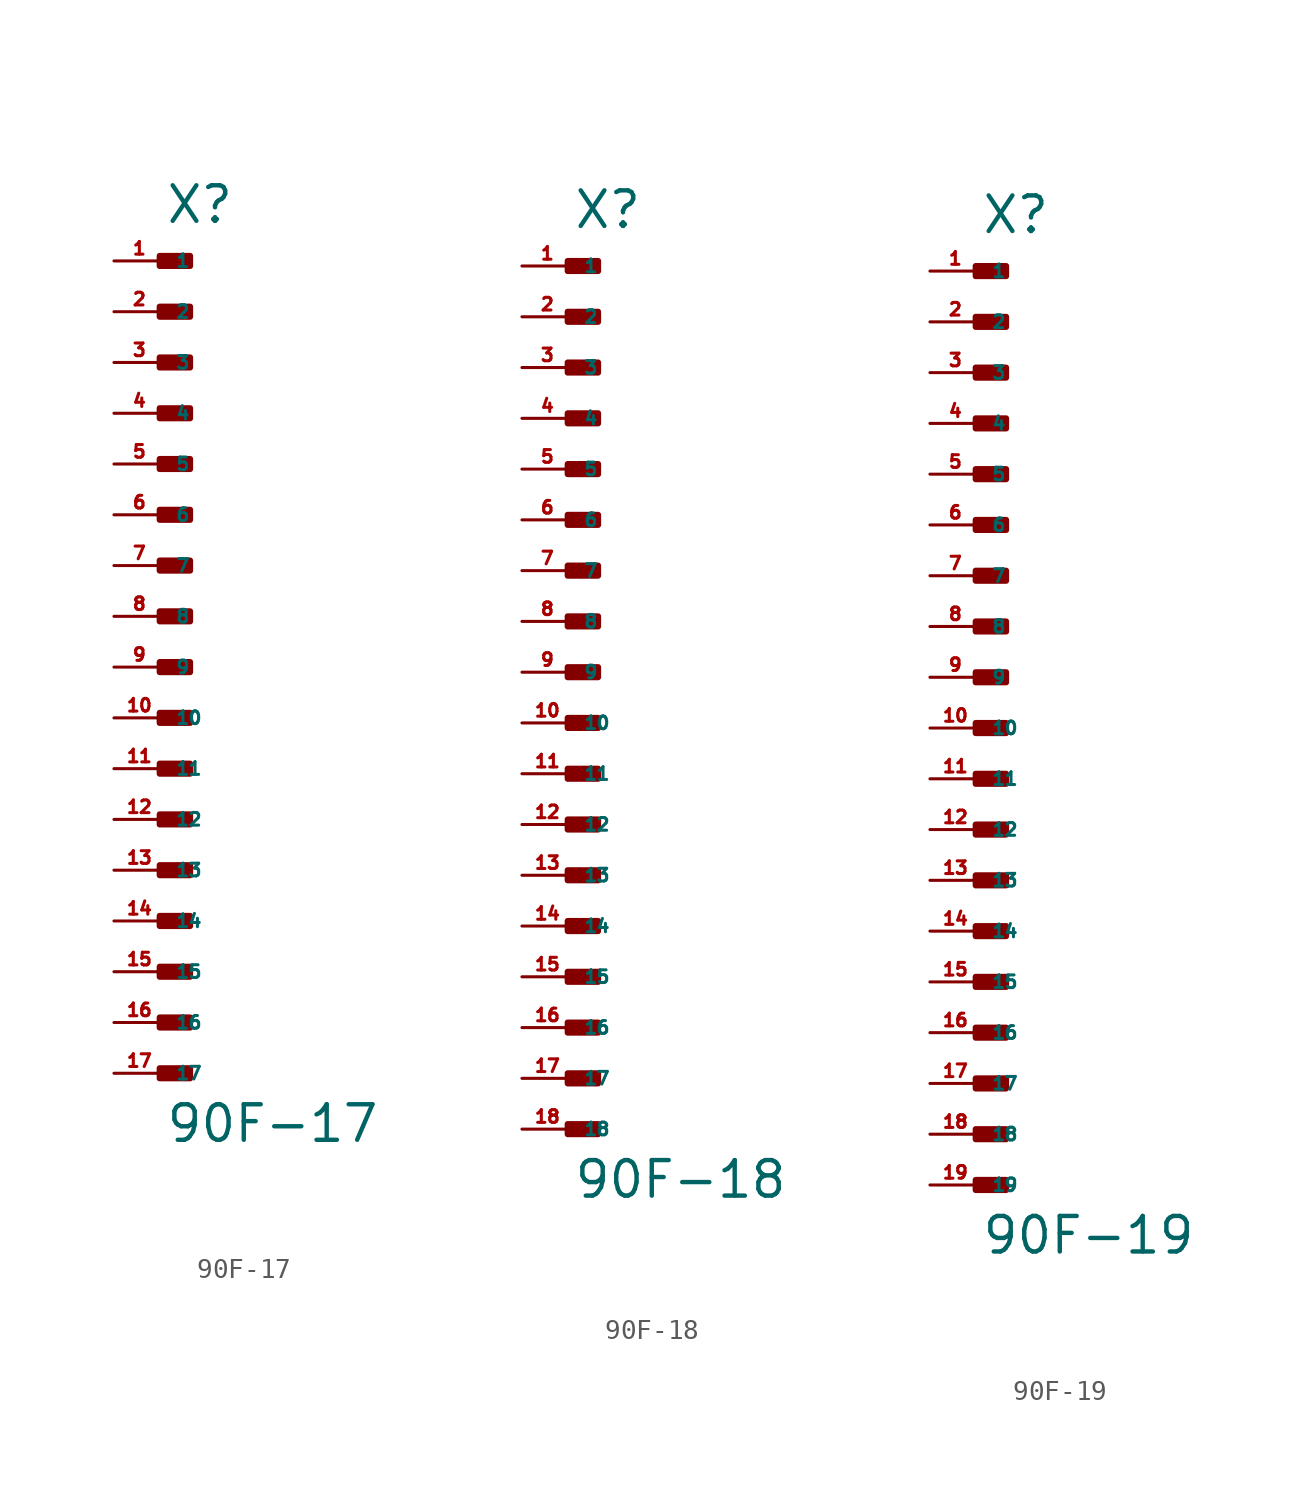
<source format=kicad_sym>
(kicad_symbol_lib
  (version 20220914)
  (generator Eagle2Kicad)
  (symbol "90F-17"
    (property "Reference" "X"
      (at 0 22.098 0)
      (effects (font (size 1.778 1.778) (thickness 0.22)) (justify left bottom)))
    (property "Value" "90F-17"
      (at 0 -23.876 0)
      (effects (font (size 1.778 1.778) (thickness 0.22)) (justify left bottom)))
    (rectangle
      (start -0.254 20.066)
      (end 1.27 20.574)
      (stroke (width 0.3) (type default))
      (fill (type outline)))
    (rectangle
      (start -0.254 17.526)
      (end 1.27 18.034)
      (stroke (width 0.3) (type default))
      (fill (type outline)))
    (rectangle
      (start -0.254 14.986)
      (end 1.27 15.494)
      (stroke (width 0.3) (type default))
      (fill (type outline)))
    (rectangle
      (start -0.254 12.446)
      (end 1.27 12.954)
      (stroke (width 0.3) (type default))
      (fill (type outline)))
    (rectangle
      (start -0.254 9.906)
      (end 1.27 10.414)
      (stroke (width 0.3) (type default))
      (fill (type outline)))
    (rectangle
      (start -0.254 7.366)
      (end 1.27 7.874)
      (stroke (width 0.3) (type default))
      (fill (type outline)))
    (rectangle
      (start -0.254 4.826)
      (end 1.27 5.334)
      (stroke (width 0.3) (type default))
      (fill (type outline)))
    (rectangle
      (start -0.254 2.286)
      (end 1.27 2.794)
      (stroke (width 0.3) (type default))
      (fill (type outline)))
    (rectangle
      (start -0.254 -0.254)
      (end 1.27 0.254)
      (stroke (width 0.3) (type default))
      (fill (type outline)))
    (rectangle
      (start -0.254 -2.794)
      (end 1.27 -2.286)
      (stroke (width 0.3) (type default))
      (fill (type outline)))
    (rectangle
      (start -0.254 -5.334)
      (end 1.27 -4.826)
      (stroke (width 0.3) (type default))
      (fill (type outline)))
    (rectangle
      (start -0.254 -7.874)
      (end 1.27 -7.366)
      (stroke (width 0.3) (type default))
      (fill (type outline)))
    (rectangle
      (start -0.254 -10.414)
      (end 1.27 -9.906)
      (stroke (width 0.3) (type default))
      (fill (type outline)))
    (rectangle
      (start -0.254 -12.954)
      (end 1.27 -12.446)
      (stroke (width 0.3) (type default))
      (fill (type outline)))
    (rectangle
      (start -0.254 -15.494)
      (end 1.27 -14.986)
      (stroke (width 0.3) (type default))
      (fill (type outline)))
    (rectangle
      (start -0.254 -18.034)
      (end 1.27 -17.526)
      (stroke (width 0.3) (type default))
      (fill (type outline)))
    (rectangle
      (start -0.254 -20.574)
      (end 1.27 -20.066)
      (stroke (width 0.3) (type default))
      (fill (type outline)))
    (pin passive line
      (at -2.54 20.32 0)
      (length 2.54)
      (name "1" (effects (font (size 0.635 0.635) (thickness 0.08)) (justify left bottom)))
      (number "1" (effects (font (size 0.635 0.635) (thickness 0.08)) (justify left bottom))))
    (pin passive line
      (at -2.54 17.78 0)
      (length 2.54)
      (name "2" (effects (font (size 0.635 0.635) (thickness 0.08)) (justify left bottom)))
      (number "2" (effects (font (size 0.635 0.635) (thickness 0.08)) (justify left bottom))))
    (pin passive line
      (at -2.54 15.24 0)
      (length 2.54)
      (name "3" (effects (font (size 0.635 0.635) (thickness 0.08)) (justify left bottom)))
      (number "3" (effects (font (size 0.635 0.635) (thickness 0.08)) (justify left bottom))))
    (pin passive line
      (at -2.54 12.7 0)
      (length 2.54)
      (name "4" (effects (font (size 0.635 0.635) (thickness 0.08)) (justify left bottom)))
      (number "4" (effects (font (size 0.635 0.635) (thickness 0.08)) (justify left bottom))))
    (pin passive line
      (at -2.54 10.16 0)
      (length 2.54)
      (name "5" (effects (font (size 0.635 0.635) (thickness 0.08)) (justify left bottom)))
      (number "5" (effects (font (size 0.635 0.635) (thickness 0.08)) (justify left bottom))))
    (pin passive line
      (at -2.54 7.62 0)
      (length 2.54)
      (name "6" (effects (font (size 0.635 0.635) (thickness 0.08)) (justify left bottom)))
      (number "6" (effects (font (size 0.635 0.635) (thickness 0.08)) (justify left bottom))))
    (pin passive line
      (at -2.54 5.08 0)
      (length 2.54)
      (name "7" (effects (font (size 0.635 0.635) (thickness 0.08)) (justify left bottom)))
      (number "7" (effects (font (size 0.635 0.635) (thickness 0.08)) (justify left bottom))))
    (pin passive line
      (at -2.54 2.54 0)
      (length 2.54)
      (name "8" (effects (font (size 0.635 0.635) (thickness 0.08)) (justify left bottom)))
      (number "8" (effects (font (size 0.635 0.635) (thickness 0.08)) (justify left bottom))))
    (pin passive line
      (at -2.54 0 0)
      (length 2.54)
      (name "9" (effects (font (size 0.635 0.635) (thickness 0.08)) (justify left bottom)))
      (number "9" (effects (font (size 0.635 0.635) (thickness 0.08)) (justify left bottom))))
    (pin passive line
      (at -2.54 -2.54 0)
      (length 2.54)
      (name "10" (effects (font (size 0.635 0.635) (thickness 0.08)) (justify left bottom)))
      (number "10" (effects (font (size 0.635 0.635) (thickness 0.08)) (justify left bottom))))
    (pin passive line
      (at -2.54 -5.08 0)
      (length 2.54)
      (name "11" (effects (font (size 0.635 0.635) (thickness 0.08)) (justify left bottom)))
      (number "11" (effects (font (size 0.635 0.635) (thickness 0.08)) (justify left bottom))))
    (pin passive line
      (at -2.54 -7.62 0)
      (length 2.54)
      (name "12" (effects (font (size 0.635 0.635) (thickness 0.08)) (justify left bottom)))
      (number "12" (effects (font (size 0.635 0.635) (thickness 0.08)) (justify left bottom))))
    (pin passive line
      (at -2.54 -10.16 0)
      (length 2.54)
      (name "13" (effects (font (size 0.635 0.635) (thickness 0.08)) (justify left bottom)))
      (number "13" (effects (font (size 0.635 0.635) (thickness 0.08)) (justify left bottom))))
    (pin passive line
      (at -2.54 -12.7 0)
      (length 2.54)
      (name "14" (effects (font (size 0.635 0.635) (thickness 0.08)) (justify left bottom)))
      (number "14" (effects (font (size 0.635 0.635) (thickness 0.08)) (justify left bottom))))
    (pin passive line
      (at -2.54 -15.24 0)
      (length 2.54)
      (name "15" (effects (font (size 0.635 0.635) (thickness 0.08)) (justify left bottom)))
      (number "15" (effects (font (size 0.635 0.635) (thickness 0.08)) (justify left bottom))))
    (pin passive line
      (at -2.54 -17.78 0)
      (length 2.54)
      (name "16" (effects (font (size 0.635 0.635) (thickness 0.08)) (justify left bottom)))
      (number "16" (effects (font (size 0.635 0.635) (thickness 0.08)) (justify left bottom))))
    (pin passive line
      (at -2.54 -20.32 0)
      (length 2.54)
      (name "17" (effects (font (size 0.635 0.635) (thickness 0.08)) (justify left bottom)))
      (number "17" (effects (font (size 0.635 0.635) (thickness 0.08)) (justify left bottom)))))
  (symbol "90F-18"
    (property "Reference" "X"
      (at 0 22.098 0)
      (effects (font (size 1.778 1.778) (thickness 0.22)) (justify left bottom)))
    (property "Value" "90F-18"
      (at 0 -26.416 0)
      (effects (font (size 1.778 1.778) (thickness 0.22)) (justify left bottom)))
    (rectangle
      (start -0.254 20.066)
      (end 1.27 20.574)
      (stroke (width 0.3) (type default))
      (fill (type outline)))
    (rectangle
      (start -0.254 17.526)
      (end 1.27 18.034)
      (stroke (width 0.3) (type default))
      (fill (type outline)))
    (rectangle
      (start -0.254 14.986)
      (end 1.27 15.494)
      (stroke (width 0.3) (type default))
      (fill (type outline)))
    (rectangle
      (start -0.254 12.446)
      (end 1.27 12.954)
      (stroke (width 0.3) (type default))
      (fill (type outline)))
    (rectangle
      (start -0.254 9.906)
      (end 1.27 10.414)
      (stroke (width 0.3) (type default))
      (fill (type outline)))
    (rectangle
      (start -0.254 7.366)
      (end 1.27 7.874)
      (stroke (width 0.3) (type default))
      (fill (type outline)))
    (rectangle
      (start -0.254 4.826)
      (end 1.27 5.334)
      (stroke (width 0.3) (type default))
      (fill (type outline)))
    (rectangle
      (start -0.254 2.286)
      (end 1.27 2.794)
      (stroke (width 0.3) (type default))
      (fill (type outline)))
    (rectangle
      (start -0.254 -0.254)
      (end 1.27 0.254)
      (stroke (width 0.3) (type default))
      (fill (type outline)))
    (rectangle
      (start -0.254 -2.794)
      (end 1.27 -2.286)
      (stroke (width 0.3) (type default))
      (fill (type outline)))
    (rectangle
      (start -0.254 -5.334)
      (end 1.27 -4.826)
      (stroke (width 0.3) (type default))
      (fill (type outline)))
    (rectangle
      (start -0.254 -7.874)
      (end 1.27 -7.366)
      (stroke (width 0.3) (type default))
      (fill (type outline)))
    (rectangle
      (start -0.254 -10.414)
      (end 1.27 -9.906)
      (stroke (width 0.3) (type default))
      (fill (type outline)))
    (rectangle
      (start -0.254 -12.954)
      (end 1.27 -12.446)
      (stroke (width 0.3) (type default))
      (fill (type outline)))
    (rectangle
      (start -0.254 -15.494)
      (end 1.27 -14.986)
      (stroke (width 0.3) (type default))
      (fill (type outline)))
    (rectangle
      (start -0.254 -18.034)
      (end 1.27 -17.526)
      (stroke (width 0.3) (type default))
      (fill (type outline)))
    (rectangle
      (start -0.254 -20.574)
      (end 1.27 -20.066)
      (stroke (width 0.3) (type default))
      (fill (type outline)))
    (rectangle
      (start -0.254 -23.114)
      (end 1.27 -22.606)
      (stroke (width 0.3) (type default))
      (fill (type outline)))
    (pin passive line
      (at -2.54 20.32 0)
      (length 2.54)
      (name "1" (effects (font (size 0.635 0.635) (thickness 0.08)) (justify left bottom)))
      (number "1" (effects (font (size 0.635 0.635) (thickness 0.08)) (justify left bottom))))
    (pin passive line
      (at -2.54 17.78 0)
      (length 2.54)
      (name "2" (effects (font (size 0.635 0.635) (thickness 0.08)) (justify left bottom)))
      (number "2" (effects (font (size 0.635 0.635) (thickness 0.08)) (justify left bottom))))
    (pin passive line
      (at -2.54 15.24 0)
      (length 2.54)
      (name "3" (effects (font (size 0.635 0.635) (thickness 0.08)) (justify left bottom)))
      (number "3" (effects (font (size 0.635 0.635) (thickness 0.08)) (justify left bottom))))
    (pin passive line
      (at -2.54 12.7 0)
      (length 2.54)
      (name "4" (effects (font (size 0.635 0.635) (thickness 0.08)) (justify left bottom)))
      (number "4" (effects (font (size 0.635 0.635) (thickness 0.08)) (justify left bottom))))
    (pin passive line
      (at -2.54 10.16 0)
      (length 2.54)
      (name "5" (effects (font (size 0.635 0.635) (thickness 0.08)) (justify left bottom)))
      (number "5" (effects (font (size 0.635 0.635) (thickness 0.08)) (justify left bottom))))
    (pin passive line
      (at -2.54 7.62 0)
      (length 2.54)
      (name "6" (effects (font (size 0.635 0.635) (thickness 0.08)) (justify left bottom)))
      (number "6" (effects (font (size 0.635 0.635) (thickness 0.08)) (justify left bottom))))
    (pin passive line
      (at -2.54 5.08 0)
      (length 2.54)
      (name "7" (effects (font (size 0.635 0.635) (thickness 0.08)) (justify left bottom)))
      (number "7" (effects (font (size 0.635 0.635) (thickness 0.08)) (justify left bottom))))
    (pin passive line
      (at -2.54 2.54 0)
      (length 2.54)
      (name "8" (effects (font (size 0.635 0.635) (thickness 0.08)) (justify left bottom)))
      (number "8" (effects (font (size 0.635 0.635) (thickness 0.08)) (justify left bottom))))
    (pin passive line
      (at -2.54 0 0)
      (length 2.54)
      (name "9" (effects (font (size 0.635 0.635) (thickness 0.08)) (justify left bottom)))
      (number "9" (effects (font (size 0.635 0.635) (thickness 0.08)) (justify left bottom))))
    (pin passive line
      (at -2.54 -2.54 0)
      (length 2.54)
      (name "10" (effects (font (size 0.635 0.635) (thickness 0.08)) (justify left bottom)))
      (number "10" (effects (font (size 0.635 0.635) (thickness 0.08)) (justify left bottom))))
    (pin passive line
      (at -2.54 -5.08 0)
      (length 2.54)
      (name "11" (effects (font (size 0.635 0.635) (thickness 0.08)) (justify left bottom)))
      (number "11" (effects (font (size 0.635 0.635) (thickness 0.08)) (justify left bottom))))
    (pin passive line
      (at -2.54 -7.62 0)
      (length 2.54)
      (name "12" (effects (font (size 0.635 0.635) (thickness 0.08)) (justify left bottom)))
      (number "12" (effects (font (size 0.635 0.635) (thickness 0.08)) (justify left bottom))))
    (pin passive line
      (at -2.54 -10.16 0)
      (length 2.54)
      (name "13" (effects (font (size 0.635 0.635) (thickness 0.08)) (justify left bottom)))
      (number "13" (effects (font (size 0.635 0.635) (thickness 0.08)) (justify left bottom))))
    (pin passive line
      (at -2.54 -12.7 0)
      (length 2.54)
      (name "14" (effects (font (size 0.635 0.635) (thickness 0.08)) (justify left bottom)))
      (number "14" (effects (font (size 0.635 0.635) (thickness 0.08)) (justify left bottom))))
    (pin passive line
      (at -2.54 -15.24 0)
      (length 2.54)
      (name "15" (effects (font (size 0.635 0.635) (thickness 0.08)) (justify left bottom)))
      (number "15" (effects (font (size 0.635 0.635) (thickness 0.08)) (justify left bottom))))
    (pin passive line
      (at -2.54 -17.78 0)
      (length 2.54)
      (name "16" (effects (font (size 0.635 0.635) (thickness 0.08)) (justify left bottom)))
      (number "16" (effects (font (size 0.635 0.635) (thickness 0.08)) (justify left bottom))))
    (pin passive line
      (at -2.54 -20.32 0)
      (length 2.54)
      (name "17" (effects (font (size 0.635 0.635) (thickness 0.08)) (justify left bottom)))
      (number "17" (effects (font (size 0.635 0.635) (thickness 0.08)) (justify left bottom))))
    (pin passive line
      (at -2.54 -22.86 0)
      (length 2.54)
      (name "18" (effects (font (size 0.635 0.635) (thickness 0.08)) (justify left bottom)))
      (number "18" (effects (font (size 0.635 0.635) (thickness 0.08)) (justify left bottom)))))
  (symbol "90F-19"
    (property "Reference" "X"
      (at 0 24.638 0)
      (effects (font (size 1.778 1.778) (thickness 0.22)) (justify left bottom)))
    (property "Value" "90F-19"
      (at 0 -26.416 0)
      (effects (font (size 1.778 1.778) (thickness 0.22)) (justify left bottom)))
    (rectangle
      (start -0.254 22.606)
      (end 1.27 23.114)
      (stroke (width 0.3) (type default))
      (fill (type outline)))
    (rectangle
      (start -0.254 20.066)
      (end 1.27 20.574)
      (stroke (width 0.3) (type default))
      (fill (type outline)))
    (rectangle
      (start -0.254 17.526)
      (end 1.27 18.034)
      (stroke (width 0.3) (type default))
      (fill (type outline)))
    (rectangle
      (start -0.254 14.986)
      (end 1.27 15.494)
      (stroke (width 0.3) (type default))
      (fill (type outline)))
    (rectangle
      (start -0.254 12.446)
      (end 1.27 12.954)
      (stroke (width 0.3) (type default))
      (fill (type outline)))
    (rectangle
      (start -0.254 9.906)
      (end 1.27 10.414)
      (stroke (width 0.3) (type default))
      (fill (type outline)))
    (rectangle
      (start -0.254 7.366)
      (end 1.27 7.874)
      (stroke (width 0.3) (type default))
      (fill (type outline)))
    (rectangle
      (start -0.254 4.826)
      (end 1.27 5.334)
      (stroke (width 0.3) (type default))
      (fill (type outline)))
    (rectangle
      (start -0.254 2.286)
      (end 1.27 2.794)
      (stroke (width 0.3) (type default))
      (fill (type outline)))
    (rectangle
      (start -0.254 -0.254)
      (end 1.27 0.254)
      (stroke (width 0.3) (type default))
      (fill (type outline)))
    (rectangle
      (start -0.254 -2.794)
      (end 1.27 -2.286)
      (stroke (width 0.3) (type default))
      (fill (type outline)))
    (rectangle
      (start -0.254 -5.334)
      (end 1.27 -4.826)
      (stroke (width 0.3) (type default))
      (fill (type outline)))
    (rectangle
      (start -0.254 -7.874)
      (end 1.27 -7.366)
      (stroke (width 0.3) (type default))
      (fill (type outline)))
    (rectangle
      (start -0.254 -10.414)
      (end 1.27 -9.906)
      (stroke (width 0.3) (type default))
      (fill (type outline)))
    (rectangle
      (start -0.254 -12.954)
      (end 1.27 -12.446)
      (stroke (width 0.3) (type default))
      (fill (type outline)))
    (rectangle
      (start -0.254 -15.494)
      (end 1.27 -14.986)
      (stroke (width 0.3) (type default))
      (fill (type outline)))
    (rectangle
      (start -0.254 -18.034)
      (end 1.27 -17.526)
      (stroke (width 0.3) (type default))
      (fill (type outline)))
    (rectangle
      (start -0.254 -20.574)
      (end 1.27 -20.066)
      (stroke (width 0.3) (type default))
      (fill (type outline)))
    (rectangle
      (start -0.254 -23.114)
      (end 1.27 -22.606)
      (stroke (width 0.3) (type default))
      (fill (type outline)))
    (pin passive line
      (at -2.54 22.86 0)
      (length 2.54)
      (name "1" (effects (font (size 0.635 0.635) (thickness 0.08)) (justify left bottom)))
      (number "1" (effects (font (size 0.635 0.635) (thickness 0.08)) (justify left bottom))))
    (pin passive line
      (at -2.54 20.32 0)
      (length 2.54)
      (name "2" (effects (font (size 0.635 0.635) (thickness 0.08)) (justify left bottom)))
      (number "2" (effects (font (size 0.635 0.635) (thickness 0.08)) (justify left bottom))))
    (pin passive line
      (at -2.54 17.78 0)
      (length 2.54)
      (name "3" (effects (font (size 0.635 0.635) (thickness 0.08)) (justify left bottom)))
      (number "3" (effects (font (size 0.635 0.635) (thickness 0.08)) (justify left bottom))))
    (pin passive line
      (at -2.54 15.24 0)
      (length 2.54)
      (name "4" (effects (font (size 0.635 0.635) (thickness 0.08)) (justify left bottom)))
      (number "4" (effects (font (size 0.635 0.635) (thickness 0.08)) (justify left bottom))))
    (pin passive line
      (at -2.54 12.7 0)
      (length 2.54)
      (name "5" (effects (font (size 0.635 0.635) (thickness 0.08)) (justify left bottom)))
      (number "5" (effects (font (size 0.635 0.635) (thickness 0.08)) (justify left bottom))))
    (pin passive line
      (at -2.54 10.16 0)
      (length 2.54)
      (name "6" (effects (font (size 0.635 0.635) (thickness 0.08)) (justify left bottom)))
      (number "6" (effects (font (size 0.635 0.635) (thickness 0.08)) (justify left bottom))))
    (pin passive line
      (at -2.54 7.62 0)
      (length 2.54)
      (name "7" (effects (font (size 0.635 0.635) (thickness 0.08)) (justify left bottom)))
      (number "7" (effects (font (size 0.635 0.635) (thickness 0.08)) (justify left bottom))))
    (pin passive line
      (at -2.54 5.08 0)
      (length 2.54)
      (name "8" (effects (font (size 0.635 0.635) (thickness 0.08)) (justify left bottom)))
      (number "8" (effects (font (size 0.635 0.635) (thickness 0.08)) (justify left bottom))))
    (pin passive line
      (at -2.54 2.54 0)
      (length 2.54)
      (name "9" (effects (font (size 0.635 0.635) (thickness 0.08)) (justify left bottom)))
      (number "9" (effects (font (size 0.635 0.635) (thickness 0.08)) (justify left bottom))))
    (pin passive line
      (at -2.54 0 0)
      (length 2.54)
      (name "10" (effects (font (size 0.635 0.635) (thickness 0.08)) (justify left bottom)))
      (number "10" (effects (font (size 0.635 0.635) (thickness 0.08)) (justify left bottom))))
    (pin passive line
      (at -2.54 -2.54 0)
      (length 2.54)
      (name "11" (effects (font (size 0.635 0.635) (thickness 0.08)) (justify left bottom)))
      (number "11" (effects (font (size 0.635 0.635) (thickness 0.08)) (justify left bottom))))
    (pin passive line
      (at -2.54 -5.08 0)
      (length 2.54)
      (name "12" (effects (font (size 0.635 0.635) (thickness 0.08)) (justify left bottom)))
      (number "12" (effects (font (size 0.635 0.635) (thickness 0.08)) (justify left bottom))))
    (pin passive line
      (at -2.54 -7.62 0)
      (length 2.54)
      (name "13" (effects (font (size 0.635 0.635) (thickness 0.08)) (justify left bottom)))
      (number "13" (effects (font (size 0.635 0.635) (thickness 0.08)) (justify left bottom))))
    (pin passive line
      (at -2.54 -10.16 0)
      (length 2.54)
      (name "14" (effects (font (size 0.635 0.635) (thickness 0.08)) (justify left bottom)))
      (number "14" (effects (font (size 0.635 0.635) (thickness 0.08)) (justify left bottom))))
    (pin passive line
      (at -2.54 -12.7 0)
      (length 2.54)
      (name "15" (effects (font (size 0.635 0.635) (thickness 0.08)) (justify left bottom)))
      (number "15" (effects (font (size 0.635 0.635) (thickness 0.08)) (justify left bottom))))
    (pin passive line
      (at -2.54 -15.24 0)
      (length 2.54)
      (name "16" (effects (font (size 0.635 0.635) (thickness 0.08)) (justify left bottom)))
      (number "16" (effects (font (size 0.635 0.635) (thickness 0.08)) (justify left bottom))))
    (pin passive line
      (at -2.54 -17.78 0)
      (length 2.54)
      (name "17" (effects (font (size 0.635 0.635) (thickness 0.08)) (justify left bottom)))
      (number "17" (effects (font (size 0.635 0.635) (thickness 0.08)) (justify left bottom))))
    (pin passive line
      (at -2.54 -20.32 0)
      (length 2.54)
      (name "18" (effects (font (size 0.635 0.635) (thickness 0.08)) (justify left bottom)))
      (number "18" (effects (font (size 0.635 0.635) (thickness 0.08)) (justify left bottom))))
    (pin passive line
      (at -2.54 -22.86 0)
      (length 2.54)
      (name "19" (effects (font (size 0.635 0.635) (thickness 0.08)) (justify left bottom)))
      (number "19" (effects (font (size 0.635 0.635) (thickness 0.08)) (justify left bottom))))))
</source>
